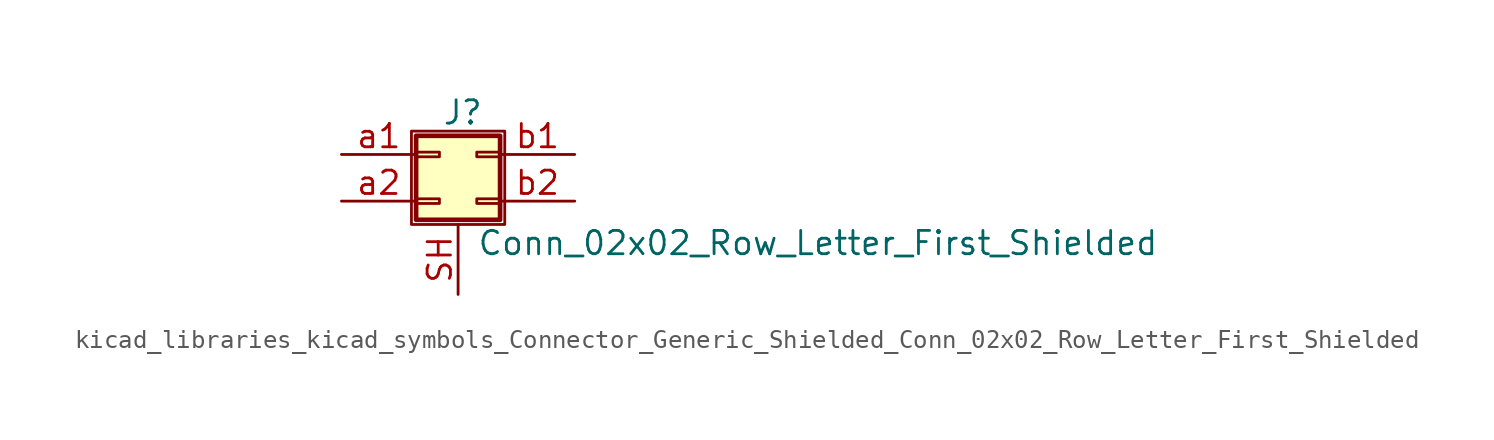
<source format=kicad_sym>
(kicad_symbol_lib
  (version 20220914)
  (generator kicad_symbol_editor)
  (symbol "kicad_libraries_kicad_symbols_Connector_Generic_Shielded_Conn_02x02_Row_Letter_First_Shielded"
    (pin_names
      (offset 1.016) hide)
    (property "Reference" "J"
      (at 1.524 2.286 0)
      (effects (font (size 1.27 1.27))))
    (property "Value" "Conn_02x02_Row_Letter_First_Shielded"
      (at 2.286 -4.826 0)
      (effects (font (size 1.27 1.27)) (justify left)))
    (symbol "kicad_libraries_kicad_symbols_Connector_Generic_Shielded_Conn_02x02_Row_Letter_First_Shielded_1_1"
      (rectangle (start -1.27 1.27) (end 3.81 -3.81) (stroke (width 0.152) (type default)) (fill (type none)))
      (rectangle (start -1.016 -2.413) (end 0.254 -2.667) (stroke (width 0.152) (type default)) (fill (type none)))
      (rectangle (start -1.016 0.127) (end 0.254 -0.127) (stroke (width 0.152) (type default)) (fill (type none)))
      (rectangle (start -1.016 1.016) (end 3.556 -3.556) (stroke (width 0.254) (type default)) (fill (type background)))
      (rectangle (start 3.556 -2.413) (end 2.286 -2.667) (stroke (width 0.152) (type default)) (fill (type none)))
      (rectangle (start 3.556 0.127) (end 2.286 -0.127) (stroke (width 0.152) (type default)) (fill (type none)))
      (pin passive line (at 1.27 -7.62 90) (length 3.81) (name "Shield" (effects (font (size 1.27 1.27)))) (number "SH" (effects (font (size 1.27 1.27)))))
      (pin passive line (at -5.08 0 0) (length 4.064) (name "Pin_a1" (effects (font (size 1.27 1.27)))) (number "a1" (effects (font (size 1.27 1.27)))))
      (pin passive line (at -5.08 -2.54 0) (length 4.064) (name "Pin_a2" (effects (font (size 1.27 1.27)))) (number "a2" (effects (font (size 1.27 1.27)))))
      (pin passive line (at 7.62 0 180) (length 4.064) (name "Pin_b1" (effects (font (size 1.27 1.27)))) (number "b1" (effects (font (size 1.27 1.27)))))
      (pin passive line (at 7.62 -2.54 180) (length 4.064) (name "Pin_b2" (effects (font (size 1.27 1.27)))) (number "b2" (effects (font (size 1.27 1.27))))))))
</source>
